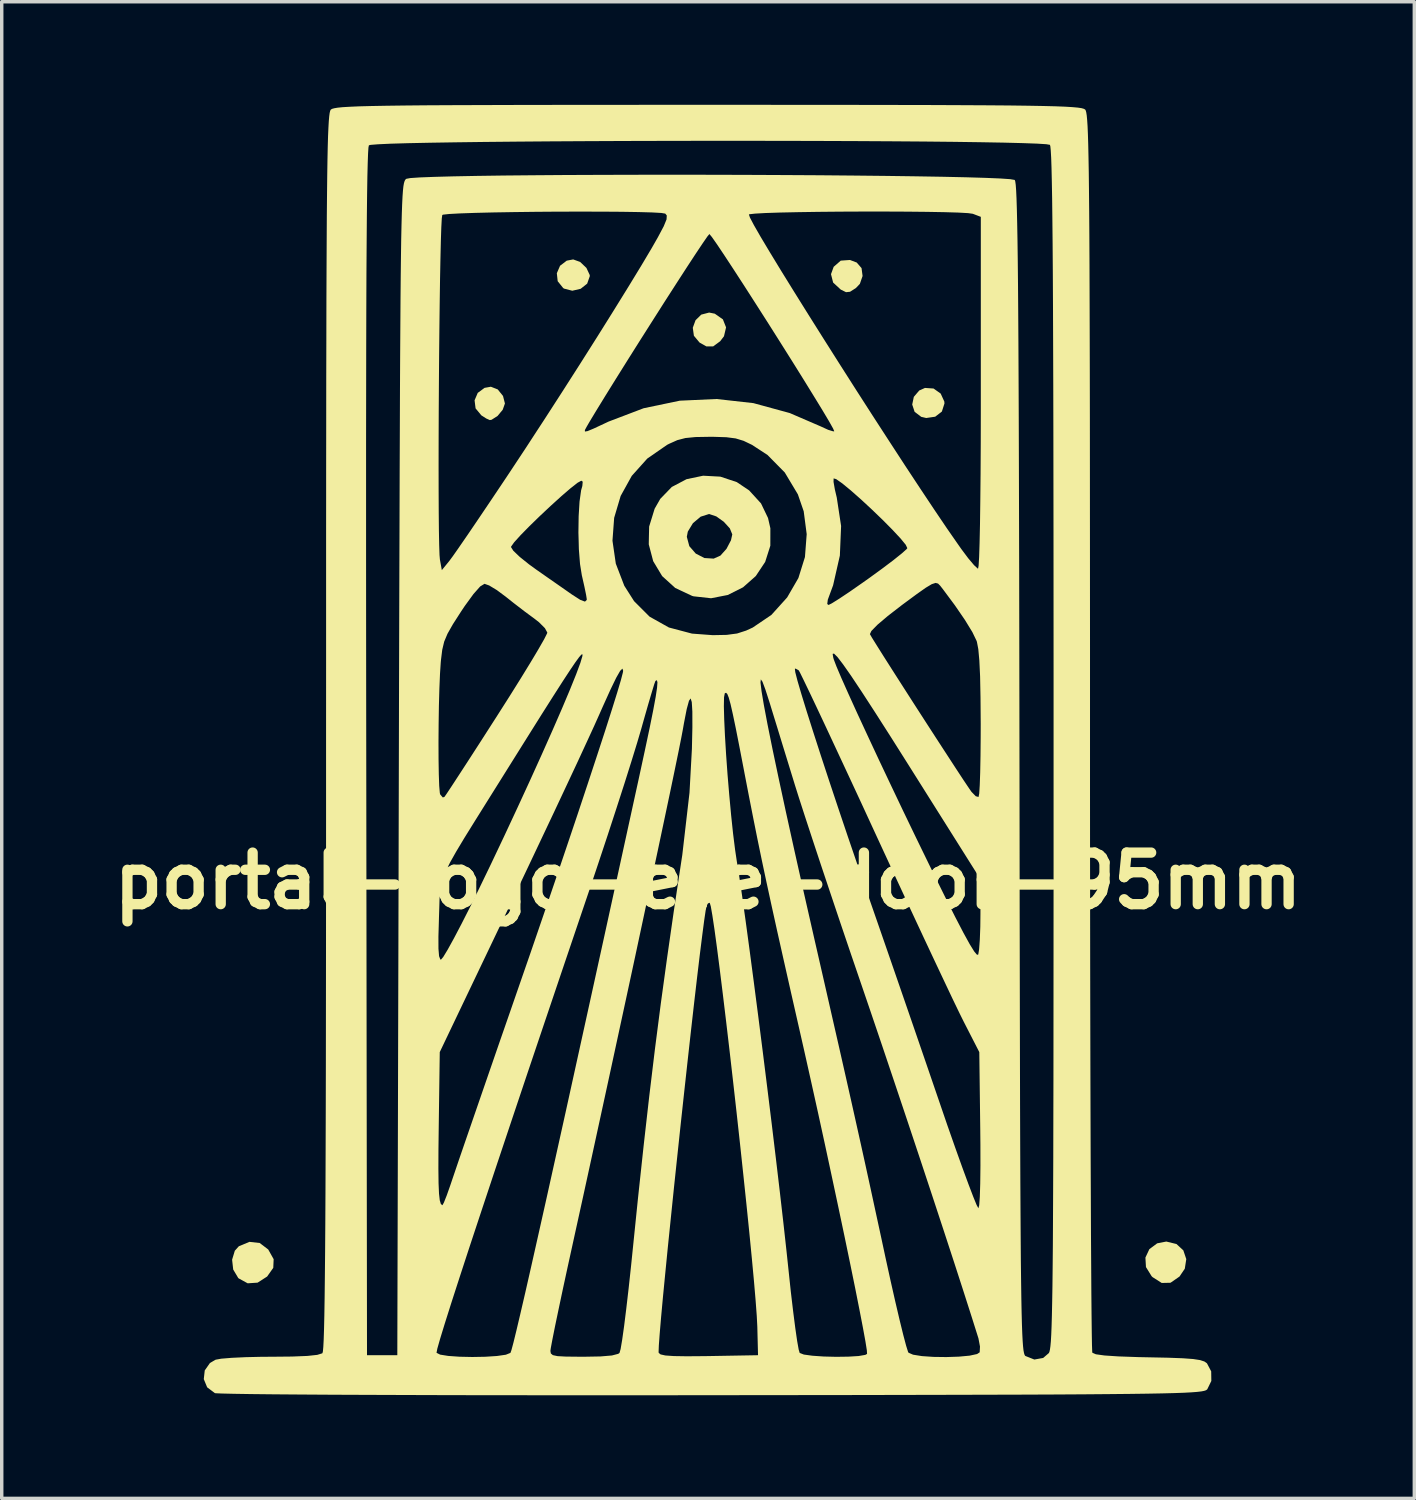
<source format=kicad_pcb>
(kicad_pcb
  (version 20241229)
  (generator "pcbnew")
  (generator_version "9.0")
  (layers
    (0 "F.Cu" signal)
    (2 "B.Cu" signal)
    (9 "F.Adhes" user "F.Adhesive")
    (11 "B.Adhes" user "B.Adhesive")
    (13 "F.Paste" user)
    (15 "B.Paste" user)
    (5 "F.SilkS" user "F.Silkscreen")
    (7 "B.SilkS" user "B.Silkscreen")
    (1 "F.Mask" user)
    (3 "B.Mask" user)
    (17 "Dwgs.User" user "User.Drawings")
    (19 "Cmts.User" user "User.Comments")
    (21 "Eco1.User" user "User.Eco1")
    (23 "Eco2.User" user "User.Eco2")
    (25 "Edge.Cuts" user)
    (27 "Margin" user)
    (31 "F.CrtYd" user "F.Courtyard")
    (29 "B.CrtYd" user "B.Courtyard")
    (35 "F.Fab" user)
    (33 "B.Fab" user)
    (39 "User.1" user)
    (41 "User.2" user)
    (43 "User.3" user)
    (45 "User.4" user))
  (footprint "portal-logo-eye-door-95mm"
    (layer "F.Cu")
    (at 17.55 22.578)
    (property "Reference" "portal-logo-eye-door-95mm" (at 0 0 0) (layer "F.SilkS") (effects (font (size 1.5 1.5) (thickness 0.3))))
    (attr board_only exclude_from_pos_files exclude_from_bom)
    (fp_poly (pts (xy 0.197 -16.501) (xy 0.433 -16.336) (xy 0.525 -16.103) (xy 0.464 -15.844) (xy 0.353 -15.699) (xy 0.149 -15.549) (xy -0.049 -15.55) (xy -0.245 -15.66) (xy -0.411 -15.859) (xy -0.443 -16.092) (xy -0.363 -16.311) (xy -0.197 -16.474) (xy 0.033 -16.534)) (stroke (width 0) (type solid)) (fill yes) (layer "F.SilkS"))
    (fp_poly (pts (xy 6.562 -14.324) (xy 6.769 -14.177) (xy 6.875 -13.946) (xy 6.879 -13.888) (xy 6.804 -13.654) (xy 6.61 -13.504) (xy 6.349 -13.466) (xy 6.203 -13.5) (xy 6.011 -13.646) (xy 5.941 -13.858) (xy 5.988 -14.082) (xy 6.145 -14.266) (xy 6.312 -14.341)) (stroke (width 0) (type solid)) (fill yes) (layer "F.SilkS"))
    (fp_poly (pts (xy -6.119 -14.298) (xy -5.965 -14.108) (xy -5.909 -13.889) (xy -5.973 -13.707) (xy -6.124 -13.525) (xy -6.297 -13.415) (xy -6.35 -13.406) (xy -6.451 -13.451) (xy -6.595 -13.543) (xy -6.763 -13.746) (xy -6.792 -13.981) (xy -6.7 -14.197) (xy -6.502 -14.343) (xy -6.318 -14.376)) (stroke (width 0) (type solid)) (fill yes) (layer "F.SilkS"))
    (fp_poly (pts (xy -3.721 -18.007) (xy -3.538 -17.833) (xy -3.442 -17.627) (xy -3.44 -17.592) (xy -3.516 -17.376) (xy -3.705 -17.226) (xy -3.949 -17.169) (xy -4.188 -17.231) (xy -4.214 -17.247) (xy -4.374 -17.446) (xy -4.399 -17.679) (xy -4.305 -17.896) (xy -4.111 -18.044) (xy -3.923 -18.08)) (stroke (width 0) (type solid)) (fill yes) (layer "F.SilkS"))
    (fp_poly (pts (xy 4.327 -17.989) (xy 4.467 -17.827) (xy 4.497 -17.598) (xy 4.418 -17.369) (xy 4.302 -17.247) (xy 4.132 -17.139) (xy 4.015 -17.127) (xy 3.863 -17.202) (xy 3.86 -17.204) (xy 3.64 -17.407) (xy 3.578 -17.651) (xy 3.656 -17.865) (xy 3.862 -18.045) (xy 4.13 -18.064)) (stroke (width 0) (type solid)) (fill yes) (layer "F.SilkS"))
    (fp_poly (pts (xy 13.629 10.567) (xy 13.829 10.751) (xy 13.915 11.006) (xy 13.872 11.285) (xy 13.718 11.513) (xy 13.457 11.694) (xy 13.2 11.7) (xy 12.935 11.531) (xy 12.907 11.504) (xy 12.742 11.238) (xy 12.726 10.961) (xy 12.841 10.716) (xy 13.068 10.547) (xy 13.334 10.495)) (stroke (width 0) (type solid)) (fill yes) (layer "F.SilkS"))
    (fp_poly (pts (xy -13.044 10.537) (xy -12.796 10.726) (xy -12.795 10.728) (xy -12.638 11.008) (xy -12.649 11.26) (xy -12.828 11.513) (xy -12.828 11.513) (xy -13.105 11.691) (xy -13.394 11.71) (xy -13.657 11.566) (xy -13.67 11.553) (xy -13.815 11.309) (xy -13.847 11.023) (xy -13.768 10.762) (xy -13.651 10.632) (xy -13.342 10.504)) (stroke (width 0) (type solid)) (fill yes) (layer "F.SilkS"))
    (fp_poly (pts (xy 0.358 -11.76) (xy 0.837 -11.601) (xy 1.196 -11.36) (xy 1.542 -10.981) (xy 1.746 -10.556) (xy 1.814 -10.258) (xy 1.813 -9.75) (xy 1.663 -9.279) (xy 1.39 -8.868) (xy 1.019 -8.54) (xy 0.576 -8.317) (xy 0.088 -8.222) (xy -0.419 -8.278) (xy -0.462 -8.29) (xy -0.954 -8.521) (xy -1.335 -8.867) (xy -1.595 -9.3) (xy -1.724 -9.79) (xy -1.72 -10.01) (xy -0.617 -10.01) (xy -0.544 -9.737) (xy -0.357 -9.522) (xy -0.105 -9.392) (xy 0.165 -9.375) (xy 0.36 -9.462) (xy 0.537 -9.659) (xy 0.668 -9.909) (xy 0.706 -10.08) (xy 0.634 -10.255) (xy 0.459 -10.447) (xy 0.241 -10.603) (xy 0.038 -10.671) (xy 0.028 -10.672) (xy -0.215 -10.595) (xy -0.439 -10.406) (xy -0.588 -10.161) (xy -0.617 -10.01) (xy -1.72 -10.01) (xy -1.713 -10.308) (xy -1.553 -10.827) (xy -1.389 -11.114) (xy -1.054 -11.46) (xy -0.625 -11.686) (xy -0.142 -11.787)) (stroke (width 0) (type solid)) (fill yes) (layer "F.SilkS"))
    (fp_poly (pts (xy 1.619 -22.578) (xy 3.07 -22.577) (xy 4.364 -22.576) (xy 5.508 -22.574) (xy 6.513 -22.572) (xy 7.386 -22.568) (xy 8.138 -22.564) (xy 8.778 -22.559) (xy 9.314 -22.552) (xy 9.755 -22.544) (xy 10.112 -22.535) (xy 10.392 -22.524) (xy 10.605 -22.511) (xy 10.761 -22.497) (xy 10.868 -22.481) (xy 10.935 -22.462) (xy 10.971 -22.442) (xy 10.974 -22.439) (xy 10.99 -22.411) (xy 11.005 -22.356) (xy 11.019 -22.267) (xy 11.031 -22.136) (xy 11.043 -21.957) (xy 11.053 -21.723) (xy 11.062 -21.427) (xy 11.07 -21.061) (xy 11.078 -20.619) (xy 11.084 -20.093) (xy 11.09 -19.477) (xy 11.095 -18.763) (xy 11.099 -17.944) (xy 11.102 -17.014) (xy 11.105 -15.965) (xy 11.108 -14.79) (xy 11.11 -13.482) (xy 11.111 -12.034) (xy 11.112 -10.439) (xy 11.113 -8.69) (xy 11.114 -6.78) (xy 11.114 -4.702) (xy 11.114 -4.337) (xy 11.114 -2.569) (xy 11.115 -0.848) (xy 11.117 0.819) (xy 11.119 2.422) (xy 11.122 3.954) (xy 11.125 5.406) (xy 11.129 6.77) (xy 11.133 8.037) (xy 11.138 9.199) (xy 11.142 10.248) (xy 11.148 11.175) (xy 11.153 11.973) (xy 11.159 12.632) (xy 11.165 13.144) (xy 11.171 13.502) (xy 11.178 13.696) (xy 11.182 13.73) (xy 11.284 13.775) (xy 11.535 13.81) (xy 11.943 13.837) (xy 12.515 13.857) (xy 12.809 13.863) (xy 13.387 13.875) (xy 13.814 13.891) (xy 14.115 13.913) (xy 14.316 13.944) (xy 14.442 13.985) (xy 14.516 14.037) (xy 14.64 14.272) (xy 14.644 14.551) (xy 14.527 14.791) (xy 14.516 14.802) (xy 14.487 14.822) (xy 14.436 14.839) (xy 14.355 14.855) (xy 14.236 14.869) (xy 14.07 14.882) (xy 13.85 14.894) (xy 13.567 14.904) (xy 13.214 14.913) (xy 12.782 14.921) (xy 12.265 14.928) (xy 11.653 14.934) (xy 10.938 14.94) (xy 10.113 14.945) (xy 9.17 14.949) (xy 8.1 14.952) (xy 6.896 14.955) (xy 5.549 14.958) (xy 4.052 14.961) (xy 2.396 14.963) (xy 0.574 14.965) (xy 0.107 14.966) (xy -1.551 14.967) (xy -3.146 14.968) (xy -4.67 14.967) (xy -6.115 14.966) (xy -7.471 14.964) (xy -8.732 14.96) (xy -9.887 14.956) (xy -10.928 14.952) (xy -11.848 14.946) (xy -12.637 14.94) (xy -13.288 14.933) (xy -13.791 14.925) (xy -14.139 14.917) (xy -14.322 14.909) (xy -14.348 14.905) (xy -14.573 14.736) (xy -14.671 14.498) (xy -14.643 14.245) (xy -14.491 14.028) (xy -14.327 13.933) (xy -14.162 13.903) (xy -13.857 13.878) (xy -13.449 13.859) (xy -12.975 13.848) (xy -12.712 13.847) (xy -12.102 13.841) (xy -11.657 13.823) (xy -11.369 13.792) (xy -11.227 13.748) (xy -11.218 13.741) (xy -11.205 13.69) (xy -11.193 13.559) (xy -11.182 13.344) (xy -11.172 13.038) (xy -11.163 12.636) (xy -11.155 12.133) (xy -11.148 11.522) (xy -11.141 10.797) (xy -11.135 9.954) (xy -11.13 8.987) (xy -11.126 7.889) (xy -11.122 6.656) (xy -11.119 5.281) (xy -11.117 3.76) (xy -11.115 2.085) (xy -11.114 0.252) (xy -11.113 -1.745) (xy -11.113 -3.911) (xy -11.113 -4.333) (xy -11.112 -6.44) (xy -11.112 -8.378) (xy -11.112 -10.153) (xy -11.111 -11.156) (xy -9.949 -11.156) (xy -9.949 -9.384) (xy -9.948 -7.449) (xy -9.946 -5.345) (xy -9.944 -3.739) (xy -9.922 13.802) (xy -9.481 13.802) (xy -9.04 13.802) (xy -9.04 13.73) (xy -7.899 13.73) (xy -7.899 13.732) (xy -7.795 13.785) (xy -7.558 13.823) (xy -7.231 13.846) (xy -6.858 13.854) (xy -6.48 13.847) (xy -6.141 13.825) (xy -5.883 13.788) (xy -5.75 13.735) (xy -5.748 13.733) (xy -5.728 13.677) (xy -4.586 13.677) (xy -4.573 13.751) (xy -4.515 13.8) (xy -4.38 13.829) (xy -4.138 13.842) (xy -3.758 13.846) (xy -3.627 13.847) (xy -3.13 13.838) (xy -2.796 13.81) (xy -2.612 13.762) (xy -2.575 13.735) (xy -2.566 13.703) (xy -1.438 13.703) (xy -1.435 13.734) (xy -1.38 13.779) (xy -1.241 13.81) (xy -0.995 13.827) (xy -0.622 13.833) (xy -0.099 13.829) (xy 0.032 13.827) (xy 1.455 13.802) (xy 1.434 12.965) (xy 1.418 12.656) (xy 1.385 12.212) (xy 1.337 11.649) (xy 1.275 10.985) (xy 1.202 10.237) (xy 1.119 9.423) (xy 1.028 8.558) (xy 0.932 7.662) (xy 0.832 6.751) (xy 0.73 5.843) (xy 0.628 4.954) (xy 0.528 4.103) (xy 0.432 3.306) (xy 0.342 2.581) (xy 0.26 1.945) (xy 0.188 1.415) (xy 0.127 1.009) (xy 0.081 0.744) (xy 0.049 0.637) (xy -0.013 0.662) (xy -0.039 0.715) (xy -0.068 0.858) (xy -0.112 1.155) (xy -0.169 1.592) (xy -0.239 2.149) (xy -0.318 2.811) (xy -0.405 3.56) (xy -0.498 4.38) (xy -0.595 5.252) (xy -0.695 6.162) (xy -0.796 7.09) (xy -0.895 8.021) (xy -0.992 8.937) (xy -1.083 9.822) (xy -1.169 10.658) (xy -1.245 11.429) (xy -1.312 12.117) (xy -1.366 12.705) (xy -1.406 13.177) (xy -1.431 13.516) (xy -1.438 13.703) (xy -2.566 13.703) (xy -2.543 13.622) (xy -2.498 13.356) (xy -2.442 12.959) (xy -2.379 12.453) (xy -2.31 11.86) (xy -2.239 11.203) (xy -2.207 10.891) (xy -2.036 9.219) (xy -1.871 7.687) (xy -1.709 6.259) (xy -1.545 4.9) (xy -1.374 3.573) (xy -1.191 2.242) (xy -0.994 0.871) (xy -0.776 -0.574) (xy -0.749 -0.75) (xy -0.539 -2.564) (xy -0.469 -3.836) (xy -0.455 -4.467) (xy -0.456 -4.922) (xy -0.465 -5.08) (xy 0.461 -5.08) (xy 0.471 -4.696) (xy 0.493 -4.219) (xy 0.526 -3.675) (xy 0.568 -3.091) (xy 0.618 -2.495) (xy 0.672 -1.913) (xy 0.729 -1.373) (xy 0.788 -0.902) (xy 0.837 -0.573) (xy 0.908 -0.13) (xy 0.996 0.466) (xy 1.098 1.193) (xy 1.211 2.029) (xy 1.333 2.951) (xy 1.461 3.937) (xy 1.592 4.966) (xy 1.723 6.014) (xy 1.852 7.06) (xy 1.975 8.082) (xy 2.09 9.057) (xy 2.194 9.963) (xy 2.284 10.778) (xy 2.343 11.333) (xy 2.409 11.954) (xy 2.476 12.52) (xy 2.538 13.005) (xy 2.593 13.387) (xy 2.638 13.639) (xy 2.667 13.736) (xy 2.788 13.783) (xy 3.035 13.817) (xy 3.364 13.84) (xy 3.729 13.849) (xy 4.083 13.844) (xy 4.381 13.826) (xy 4.577 13.792) (xy 4.627 13.764) (xy 4.621 13.66) (xy 4.58 13.401) (xy 4.507 13.002) (xy 4.406 12.479) (xy 4.281 11.849) (xy 4.134 11.129) (xy 3.969 10.333) (xy 3.789 9.48) (xy 3.598 8.584) (xy 3.4 7.662) (xy 3.197 6.731) (xy 2.992 5.806) (xy 2.79 4.904) (xy 2.678 4.41) (xy 2.422 3.283) (xy 2.201 2.303) (xy 2.009 1.447) (xy 1.842 0.689) (xy 1.694 0.007) (xy 1.56 -0.625) (xy 1.435 -1.231) (xy 1.314 -1.835) (xy 1.191 -2.461) (xy 1.061 -3.134) (xy 1.056 -3.162) (xy 0.919 -3.873) (xy 0.81 -4.428) (xy 0.723 -4.844) (xy 0.656 -5.14) (xy 0.603 -5.331) (xy 0.561 -5.436) (xy 0.524 -5.472) (xy 0.489 -5.457) (xy 0.488 -5.456) (xy 0.466 -5.342) (xy 0.461 -5.08) (xy -0.465 -5.08) (xy -0.473 -5.202) (xy -0.506 -5.307) (xy -0.554 -5.239) (xy -0.62 -4.997) (xy -0.701 -4.582) (xy -0.731 -4.41) (xy -0.776 -4.172) (xy -0.855 -3.776) (xy -0.966 -3.237) (xy -1.105 -2.569) (xy -1.27 -1.787) (xy -1.457 -0.904) (xy -1.663 0.064) (xy -1.885 1.103) (xy -2.119 2.199) (xy -2.364 3.337) (xy -2.616 4.502) (xy -2.871 5.682) (xy -3.127 6.859) (xy -3.38 8.022) (xy -3.627 9.154) (xy -3.866 10.241) (xy -3.928 10.524) (xy -4.083 11.23) (xy -4.225 11.886) (xy -4.349 12.472) (xy -4.452 12.965) (xy -4.528 13.345) (xy -4.574 13.591) (xy -4.586 13.677) (xy -5.728 13.677) (xy -5.719 13.651) (xy -5.662 13.439) (xy -5.578 13.096) (xy -5.465 12.618) (xy -5.322 12.002) (xy -5.15 11.245) (xy -4.947 10.343) (xy -4.712 9.295) (xy -4.446 8.096) (xy -4.146 6.744) (xy -3.814 5.235) (xy -3.447 3.567) (xy -3.045 1.736) (xy -2.608 -0.26) (xy -2.135 -2.425) (xy -2.021 -2.945) (xy -1.842 -3.773) (xy -1.7 -4.441) (xy -1.595 -4.963) (xy -1.523 -5.351) (xy -1.483 -5.618) (xy -1.472 -5.769) (xy 1.527 -5.769) (xy 1.557 -5.519) (xy 1.625 -5.114) (xy 1.73 -4.558) (xy 1.872 -3.854) (xy 2.05 -3.007) (xy 2.263 -2.019) (xy 2.511 -0.893) (xy 2.793 0.366) (xy 3.109 1.756) (xy 3.131 1.852) (xy 3.395 3.006) (xy 3.624 4.012) (xy 3.825 4.893) (xy 4.002 5.675) (xy 4.161 6.381) (xy 4.307 7.034) (xy 4.446 7.659) (xy 4.583 8.28) (xy 4.723 8.921) (xy 4.871 9.605) (xy 5.034 10.357) (xy 5.166 10.972) (xy 5.311 11.634) (xy 5.449 12.243) (xy 5.574 12.777) (xy 5.681 13.213) (xy 5.765 13.529) (xy 5.82 13.704) (xy 5.833 13.729) (xy 5.966 13.787) (xy 6.223 13.828) (xy 6.56 13.851) (xy 6.933 13.856) (xy 7.298 13.844) (xy 7.611 13.815) (xy 7.828 13.768) (xy 7.904 13.718) (xy 7.913 13.55) (xy 7.869 13.316) (xy 7.864 13.299) (xy 7.678 12.709) (xy 7.443 11.975) (xy 7.167 11.122) (xy 6.857 10.174) (xy 6.521 9.153) (xy 6.167 8.084) (xy 5.803 6.991) (xy 5.436 5.896) (xy 5.076 4.825) (xy 4.728 3.799) (xy 4.455 2.999) (xy 4.152 2.112) (xy 3.85 1.221) (xy 3.558 0.351) (xy 3.282 -0.473) (xy 3.033 -1.226) (xy 2.817 -1.885) (xy 2.643 -2.423) (xy 2.531 -2.778) (xy 2.356 -3.348) (xy 2.179 -3.923) (xy 2.015 -4.459) (xy 1.877 -4.907) (xy 1.8 -5.159) (xy 1.671 -5.561) (xy 1.584 -5.794) (xy 1.536 -5.862) (xy 1.527 -5.769) (xy -1.472 -5.769) (xy -1.472 -5.776) (xy -1.488 -5.838) (xy -1.529 -5.816) (xy -1.531 -5.813) (xy -1.565 -5.72) (xy -1.636 -5.487) (xy -1.738 -5.142) (xy -1.86 -4.715) (xy -1.946 -4.41) (xy -2.062 -4.017) (xy -2.226 -3.484) (xy -2.429 -2.84) (xy -2.664 -2.112) (xy -2.92 -1.328) (xy -3.19 -0.515) (xy -3.463 0.3) (xy -3.511 0.441) (xy -4.138 2.292) (xy -4.721 4.017) (xy -5.259 5.613) (xy -5.75 7.077) (xy -6.194 8.405) (xy -6.589 9.593) (xy -6.935 10.639) (xy -7.229 11.539) (xy -7.472 12.29) (xy -7.661 12.888) (xy -7.796 13.329) (xy -7.876 13.611) (xy -7.899 13.73) (xy -9.04 13.73) (xy -9.026 8.374) (xy -7.845 8.374) (xy -7.84 8.799) (xy -7.827 9.1) (xy -7.805 9.295) (xy -7.774 9.401) (xy -7.732 9.437) (xy -7.727 9.437) (xy -7.684 9.359) (xy -7.602 9.152) (xy -7.496 8.852) (xy -7.448 8.709) (xy -7.374 8.491) (xy -7.249 8.123) (xy -7.078 7.625) (xy -6.867 7.013) (xy -6.623 6.306) (xy -6.352 5.521) (xy -6.06 4.676) (xy -5.752 3.79) (xy -5.539 3.175) (xy -5.168 2.105) (xy -4.804 1.044) (xy -4.45 0.006) (xy -4.111 -0.996) (xy -3.791 -1.947) (xy -3.496 -2.835) (xy -3.229 -3.645) (xy -2.994 -4.365) (xy -2.798 -4.979) (xy -2.643 -5.476) (xy -2.535 -5.84) (xy -2.478 -6.059) (xy -2.469 -6.111) (xy -2.488 -6.168) (xy 2.527 -6.168) (xy 2.539 -6.069) (xy 2.603 -5.82) (xy 2.715 -5.438) (xy 2.868 -4.94) (xy 3.058 -4.341) (xy 3.278 -3.66) (xy 3.524 -2.911) (xy 3.79 -2.113) (xy 4.07 -1.282) (xy 4.36 -0.434) (xy 4.634 0.355) (xy 4.929 1.204) (xy 5.263 2.168) (xy 5.619 3.198) (xy 5.979 4.242) (xy 6.325 5.249) (xy 6.64 6.168) (xy 6.725 6.416) (xy 6.966 7.119) (xy 7.193 7.765) (xy 7.398 8.338) (xy 7.575 8.819) (xy 7.716 9.189) (xy 7.815 9.431) (xy 7.865 9.524) (xy 7.867 9.525) (xy 7.89 9.44) (xy 7.908 9.195) (xy 7.92 8.808) (xy 7.926 8.296) (xy 7.925 7.675) (xy 7.921 7.254) (xy 7.893 4.983) (xy 7.441 4.101) (xy 7.319 3.855) (xy 7.132 3.468) (xy 6.889 2.955) (xy 6.597 2.336) (xy 6.265 1.629) (xy 5.902 0.851) (xy 5.515 0.02) (xy 5.114 -0.846) (xy 4.853 -1.411) (xy 4.462 -2.259) (xy 4.09 -3.06) (xy 3.746 -3.798) (xy 3.437 -4.461) (xy 3.168 -5.033) (xy 2.947 -5.499) (xy 2.78 -5.846) (xy 2.675 -6.059) (xy 2.639 -6.124) (xy 2.546 -6.176) (xy 2.527 -6.168) (xy -2.488 -6.168) (xy -2.49 -6.175) (xy -2.556 -6.11) (xy -2.672 -5.907) (xy -2.84 -5.56) (xy -3.067 -5.058) (xy -3.17 -4.825) (xy -3.313 -4.506) (xy -3.523 -4.049) (xy -3.789 -3.473) (xy -4.104 -2.8) (xy -4.456 -2.05) (xy -4.837 -1.244) (xy -5.236 -0.401) (xy -5.644 0.457) (xy -5.754 0.687) (xy -7.805 4.983) (xy -7.834 7.084) (xy -7.843 7.809) (xy -7.845 8.374) (xy -9.026 8.374) (xy -9.008 1.62) (xy -7.844 1.62) (xy -7.843 1.975) (xy -7.825 2.191) (xy -7.79 2.285) (xy -7.77 2.293) (xy -7.705 2.217) (xy -7.575 2.003) (xy -7.393 1.673) (xy -7.17 1.248) (xy -6.917 0.749) (xy -6.711 0.331) (xy -6.318 -0.482) (xy -5.928 -1.305) (xy -5.547 -2.122) (xy -5.181 -2.917) (xy -4.838 -3.675) (xy -4.525 -4.379) (xy -4.249 -5.013) (xy -4.017 -5.563) (xy -3.836 -6.012) (xy -3.713 -6.344) (xy -3.654 -6.543) (xy -3.654 -6.594) (xy -3.685 -6.582) (xy -3.751 -6.507) (xy -3.858 -6.36) (xy -4.015 -6.129) (xy -4.227 -5.805) (xy -4.502 -5.376) (xy -4.847 -4.832) (xy -5.267 -4.163) (xy -5.771 -3.358) (xy -5.968 -3.043) (xy -6.424 -2.315) (xy -6.796 -1.72) (xy -7.095 -1.238) (xy -7.327 -0.851) (xy -7.503 -0.539) (xy -7.629 -0.285) (xy -7.714 -0.069) (xy -7.768 0.127) (xy -7.797 0.323) (xy -7.812 0.536) (xy -7.819 0.786) (xy -7.829 1.092) (xy -7.829 1.108) (xy -7.844 1.62) (xy -9.008 1.62) (xy -8.996 -3.248) (xy -8.994 -4.033) (xy -7.842 -4.033) (xy -7.84 -3.534) (xy -7.833 -3.099) (xy -7.821 -2.762) (xy -7.803 -2.555) (xy -7.793 -2.515) (xy -7.717 -2.426) (xy -7.67 -2.441) (xy -7.607 -2.531) (xy -7.461 -2.751) (xy -7.245 -3.082) (xy -6.97 -3.505) (xy -6.649 -4.002) (xy -6.294 -4.555) (xy -6.138 -4.798) (xy -5.774 -5.37) (xy -5.443 -5.899) (xy -5.157 -6.366) (xy -5.015 -6.603) (xy 3.626 -6.603) (xy 3.644 -6.493) (xy 3.66 -6.439) (xy 3.737 -6.237) (xy 3.882 -5.896) (xy 4.087 -5.436) (xy 4.342 -4.875) (xy 4.639 -4.234) (xy 4.967 -3.531) (xy 5.319 -2.787) (xy 5.684 -2.02) (xy 6.055 -1.25) (xy 6.422 -0.496) (xy 6.506 -0.324) (xy 6.882 0.436) (xy 7.188 1.044) (xy 7.431 1.511) (xy 7.615 1.845) (xy 7.745 2.055) (xy 7.826 2.151) (xy 7.862 2.146) (xy 7.887 1.996) (xy 7.908 1.712) (xy 7.922 1.337) (xy 7.926 0.97) (xy 7.928 -0.044) (xy 5.877 -3.302) (xy 5.323 -4.179) (xy 4.855 -4.911) (xy 4.47 -5.504) (xy 4.163 -5.965) (xy 3.929 -6.299) (xy 3.765 -6.513) (xy 3.665 -6.612) (xy 3.626 -6.603) (xy -5.015 -6.603) (xy -4.928 -6.75) (xy -4.766 -7.033) (xy -4.684 -7.196) (xy -4.676 -7.223) (xy -4.745 -7.351) (xy -4.918 -7.524) (xy -5.051 -7.628) (xy -5.328 -7.832) (xy -5.657 -8.085) (xy -5.886 -8.267) (xy -6.144 -8.459) (xy -6.368 -8.594) (xy -6.503 -8.642) (xy -6.629 -8.565) (xy -6.824 -8.345) (xy -7.078 -7.996) (xy -7.187 -7.833) (xy -7.424 -7.464) (xy -7.58 -7.189) (xy -7.677 -6.958) (xy -7.733 -6.722) (xy -7.769 -6.431) (xy -7.776 -6.358) (xy -7.798 -6.025) (xy -7.816 -5.593) (xy -7.83 -5.095) (xy -7.838 -4.565) (xy -7.842 -4.033) (xy -8.994 -4.033) (xy -8.991 -5.286) (xy -8.986 -7.154) (xy -8.981 -8.861) (xy -8.976 -10.413) (xy -8.972 -11.819) (xy -8.971 -12.071) (xy -7.839 -12.071) (xy -7.838 -11.364) (xy -7.835 -10.731) (xy -7.83 -10.194) (xy -7.822 -9.77) (xy -7.812 -9.479) (xy -7.801 -9.349) (xy -7.745 -9.04) (xy -7.529 -9.305) (xy -7.427 -9.443) (xy -7.241 -9.708) (xy -7.239 -9.712) (xy -5.733 -9.712) (xy -5.664 -9.603) (xy -5.479 -9.426) (xy -5.209 -9.209) (xy -5.005 -9.061) (xy -4.655 -8.816) (xy -4.323 -8.585) (xy -4.06 -8.401) (xy -3.969 -8.337) (xy -3.719 -8.176) (xy -3.58 -8.124) (xy -3.529 -8.172) (xy -3.528 -8.197) (xy -3.547 -8.319) (xy -3.597 -8.561) (xy -3.667 -8.871) (xy -3.67 -8.88) (xy -3.724 -9.217) (xy -3.758 -9.65) (xy -3.764 -9.896) (xy -2.78 -9.896) (xy -2.683 -9.229) (xy -2.436 -8.585) (xy -2.151 -8.137) (xy -1.7 -7.686) (xy -1.138 -7.371) (xy -0.466 -7.193) (xy 0.137 -7.148) (xy 0.544 -7.156) (xy 0.706 -7.178) (xy 4.71 -7.178) (xy 4.766 -7.08) (xy 4.905 -6.857) (xy 5.11 -6.531) (xy 5.369 -6.124) (xy 5.666 -5.66) (xy 5.986 -5.161) (xy 6.316 -4.649) (xy 6.641 -4.147) (xy 6.946 -3.678) (xy 7.216 -3.263) (xy 7.438 -2.925) (xy 7.597 -2.688) (xy 7.666 -2.589) (xy 7.79 -2.462) (xy 7.871 -2.44) (xy 7.89 -2.535) (xy 7.906 -2.783) (xy 7.919 -3.157) (xy 7.928 -3.632) (xy 7.933 -4.185) (xy 7.934 -4.569) (xy 7.928 -5.341) (xy 7.916 -5.951) (xy 7.894 -6.413) (xy 7.864 -6.741) (xy 7.824 -6.951) (xy 7.814 -6.982) (xy 7.691 -7.237) (xy 7.473 -7.593) (xy 7.182 -8.017) (xy 6.841 -8.476) (xy 6.753 -8.589) (xy 6.693 -8.649) (xy 6.621 -8.668) (xy 6.51 -8.632) (xy 6.336 -8.528) (xy 6.075 -8.344) (xy 5.701 -8.068) (xy 5.643 -8.025) (xy 5.231 -7.706) (xy 4.93 -7.451) (xy 4.753 -7.27) (xy 4.71 -7.178) (xy 0.706 -7.178) (xy 0.845 -7.196) (xy 1.109 -7.281) (xy 1.3 -7.369) (xy 1.843 -7.736) (xy 2.13 -8.054) (xy 3.469 -8.054) (xy 3.506 -8.026) (xy 3.604 -8.075) (xy 3.818 -8.209) (xy 4.121 -8.411) (xy 4.484 -8.664) (xy 4.678 -8.801) (xy 5.059 -9.078) (xy 5.387 -9.325) (xy 5.634 -9.523) (xy 5.776 -9.649) (xy 5.799 -9.679) (xy 5.753 -9.777) (xy 5.601 -9.962) (xy 5.369 -10.211) (xy 5.083 -10.5) (xy 4.767 -10.804) (xy 4.449 -11.099) (xy 4.152 -11.361) (xy 3.904 -11.565) (xy 3.728 -11.688) (xy 3.654 -11.709) (xy 3.652 -11.608) (xy 3.69 -11.389) (xy 3.746 -11.151) (xy 3.872 -10.324) (xy 3.836 -9.463) (xy 3.639 -8.598) (xy 3.485 -8.18) (xy 3.469 -8.054) (xy 2.13 -8.054) (xy 2.302 -8.245) (xy 2.629 -8.809) (xy 2.82 -9.421) (xy 2.871 -10.087) (xy 2.784 -10.752) (xy 2.614 -11.245) (xy 2.233 -11.881) (xy 1.731 -12.39) (xy 1.279 -12.685) (xy 1.035 -12.802) (xy 0.805 -12.872) (xy 0.532 -12.907) (xy 0.155 -12.919) (xy 0.044 -12.919) (xy -0.366 -12.912) (xy -0.658 -12.883) (xy -0.893 -12.822) (xy -1.128 -12.717) (xy -1.191 -12.685) (xy -1.767 -12.286) (xy -2.219 -11.782) (xy -2.542 -11.198) (xy -2.731 -10.561) (xy -2.78 -9.896) (xy -3.764 -9.896) (xy -3.771 -10.13) (xy -3.764 -10.608) (xy -3.738 -11.036) (xy -3.692 -11.364) (xy -3.657 -11.487) (xy -3.646 -11.614) (xy -3.686 -11.642) (xy -3.794 -11.583) (xy -3.996 -11.425) (xy -4.265 -11.193) (xy -4.573 -10.914) (xy -4.893 -10.614) (xy -5.196 -10.319) (xy -5.455 -10.055) (xy -5.642 -9.848) (xy -5.729 -9.725) (xy -5.733 -9.712) (xy -7.239 -9.712) (xy -6.986 -10.079) (xy -6.676 -10.536) (xy -6.324 -11.058) (xy -5.944 -11.625) (xy -5.786 -11.862) (xy -5.293 -12.608) (xy -4.963 -13.115) (xy -3.583 -13.115) (xy -3.581 -13.072) (xy -3.505 -13.085) (xy -3.327 -13.159) (xy -3.023 -13.301) (xy -2.898 -13.36) (xy -1.874 -13.75) (xy -0.821 -13.97) (xy 0.249 -14.019) (xy 1.32 -13.899) (xy 2.379 -13.61) (xy 3.276 -13.223) (xy 3.497 -13.122) (xy 3.645 -13.077) (xy 3.673 -13.081) (xy 3.638 -13.162) (xy 3.52 -13.372) (xy 3.33 -13.691) (xy 3.081 -14.098) (xy 2.787 -14.575) (xy 2.459 -15.101) (xy 2.109 -15.657) (xy 1.751 -16.223) (xy 1.396 -16.779) (xy 1.057 -17.307) (xy 0.747 -17.785) (xy 0.478 -18.195) (xy 0.263 -18.517) (xy 0.113 -18.731) (xy 0.042 -18.817) (xy 0.04 -18.818) (xy -0.018 -18.748) (xy -0.156 -18.548) (xy -0.363 -18.238) (xy -0.626 -17.836) (xy -0.932 -17.363) (xy -1.269 -16.839) (xy -1.624 -16.281) (xy -1.986 -15.711) (xy -2.341 -15.148) (xy -2.677 -14.611) (xy -2.982 -14.12) (xy -3.243 -13.695) (xy -3.448 -13.355) (xy -3.534 -13.207) (xy -3.583 -13.115) (xy -4.963 -13.115) (xy -4.775 -13.402) (xy -4.247 -14.22) (xy -3.722 -15.041) (xy -3.214 -15.843) (xy -2.738 -16.604) (xy -2.306 -17.302) (xy -1.933 -17.914) (xy -1.633 -18.419) (xy -1.457 -18.728) (xy -1.289 -19.044) (xy -1.207 -19.244) (xy -1.2 -19.359) (xy -1.223 -19.387) (xy 1.19 -19.387) (xy 1.219 -19.299) (xy 1.336 -19.077) (xy 1.531 -18.737) (xy 1.796 -18.294) (xy 2.119 -17.763) (xy 2.494 -17.157) (xy 2.909 -16.492) (xy 3.356 -15.782) (xy 3.825 -15.042) (xy 4.307 -14.286) (xy 4.793 -13.53) (xy 5.274 -12.788) (xy 5.739 -12.074) (xy 6.181 -11.404) (xy 6.589 -10.791) (xy 6.954 -10.251) (xy 7.268 -9.799) (xy 7.371 -9.652) (xy 7.571 -9.385) (xy 7.739 -9.186) (xy 7.844 -9.088) (xy 7.857 -9.084) (xy 7.873 -9.17) (xy 7.888 -9.421) (xy 7.901 -9.826) (xy 7.913 -10.371) (xy 7.922 -11.047) (xy 7.93 -11.841) (xy 7.935 -12.742) (xy 7.937 -13.739) (xy 7.937 -14.201) (xy 7.937 -19.319) (xy 7.703 -19.408) (xy 7.567 -19.427) (xy 7.283 -19.443) (xy 6.876 -19.455) (xy 6.37 -19.464) (xy 5.79 -19.47) (xy 5.159 -19.473) (xy 4.502 -19.473) (xy 3.843 -19.47) (xy 3.206 -19.464) (xy 2.616 -19.455) (xy 2.097 -19.444) (xy 1.673 -19.43) (xy 1.369 -19.413) (xy 1.208 -19.395) (xy 1.19 -19.387) (xy -1.223 -19.387) (xy -1.244 -19.413) (xy -1.359 -19.432) (xy -1.625 -19.447) (xy -2.017 -19.458) (xy -2.511 -19.466) (xy -3.083 -19.47) (xy -3.708 -19.471) (xy -4.361 -19.47) (xy -5.02 -19.465) (xy -5.659 -19.457) (xy -6.253 -19.447) (xy -6.78 -19.434) (xy -7.213 -19.419) (xy -7.53 -19.402) (xy -7.706 -19.383) (xy -7.732 -19.373) (xy -7.746 -19.274) (xy -7.76 -19.017) (xy -7.773 -18.623) (xy -7.785 -18.111) (xy -7.797 -17.499) (xy -7.807 -16.808) (xy -7.816 -16.056) (xy -7.824 -15.264) (xy -7.83 -14.45) (xy -7.835 -13.633) (xy -7.838 -12.834) (xy -7.839 -12.071) (xy -8.971 -12.071) (xy -8.967 -13.085) (xy -8.963 -14.219) (xy -8.958 -15.228) (xy -8.952 -16.12) (xy -8.947 -16.902) (xy -8.941 -17.581) (xy -8.934 -18.165) (xy -8.927 -18.661) (xy -8.918 -19.077) (xy -8.909 -19.419) (xy -8.899 -19.696) (xy -8.888 -19.914) (xy -8.876 -20.082) (xy -8.863 -20.206) (xy -8.848 -20.293) (xy -8.831 -20.352) (xy -8.814 -20.39) (xy -8.794 -20.413) (xy -8.779 -20.425) (xy -8.663 -20.447) (xy -8.386 -20.466) (xy -7.962 -20.482) (xy -7.407 -20.497) (xy -6.734 -20.51) (xy -5.959 -20.521) (xy -5.095 -20.529) (xy -4.158 -20.536) (xy -3.162 -20.54) (xy -2.122 -20.543) (xy -1.051 -20.544) (xy 0.034 -20.543) (xy 1.119 -20.54) (xy 2.191 -20.535) (xy 3.234 -20.529) (xy 4.234 -20.52) (xy 5.176 -20.51) (xy 6.045 -20.498) (xy 6.827 -20.485) (xy 7.508 -20.47) (xy 8.072 -20.453) (xy 8.506 -20.435) (xy 8.794 -20.415) (xy 8.921 -20.393) (xy 8.925 -20.391) (xy 8.939 -20.349) (xy 8.953 -20.248) (xy 8.965 -20.083) (xy 8.976 -19.846) (xy 8.986 -19.531) (xy 8.995 -19.131) (xy 9.004 -18.639) (xy 9.012 -18.05) (xy 9.019 -17.356) (xy 9.025 -16.552) (xy 9.031 -15.63) (xy 9.036 -14.583) (xy 9.041 -13.407) (xy 9.045 -12.092) (xy 9.049 -10.635) (xy 9.053 -9.027) (xy 9.056 -7.262) (xy 9.059 -5.333) (xy 9.062 -3.281) (xy 9.065 -1.241) (xy 9.067 0.63) (xy 9.07 2.339) (xy 9.073 3.893) (xy 9.076 5.301) (xy 9.079 6.568) (xy 9.083 7.703) (xy 9.087 8.714) (xy 9.092 9.606) (xy 9.097 10.388) (xy 9.102 11.066) (xy 9.109 11.649) (xy 9.116 12.144) (xy 9.124 12.557) (xy 9.133 12.896) (xy 9.143 13.169) (xy 9.154 13.383) (xy 9.166 13.544) (xy 9.179 13.662) (xy 9.194 13.741) (xy 9.21 13.791) (xy 9.227 13.819) (xy 9.233 13.824) (xy 9.494 13.928) (xy 9.751 13.882) (xy 9.917 13.739) (xy 9.933 13.703) (xy 9.948 13.639) (xy 9.962 13.539) (xy 9.975 13.397) (xy 9.986 13.206) (xy 9.996 12.957) (xy 10.005 12.645) (xy 10.013 12.261) (xy 10.021 11.8) (xy 10.027 11.252) (xy 10.033 10.612) (xy 10.037 9.872) (xy 10.041 9.026) (xy 10.045 8.065) (xy 10.047 6.982) (xy 10.05 5.771) (xy 10.051 4.425) (xy 10.052 2.935) (xy 10.053 1.296) (xy 10.054 -0.501) (xy 10.054 -2.462) (xy 10.054 -3.883) (xy 10.054 -6.047) (xy 10.053 -8.04) (xy 10.052 -9.869) (xy 10.05 -11.539) (xy 10.048 -13.055) (xy 10.045 -14.423) (xy 10.041 -15.65) (xy 10.037 -16.74) (xy 10.032 -17.7) (xy 10.026 -18.535) (xy 10.019 -19.251) (xy 10.012 -19.854) (xy 10.003 -20.349) (xy 9.994 -20.743) (xy 9.984 -21.041) (xy 9.972 -21.248) (xy 9.96 -21.371) (xy 9.948 -21.414) (xy 9.843 -21.432) (xy 9.576 -21.449) (xy 9.159 -21.464) (xy 8.608 -21.478) (xy 7.936 -21.49) (xy 7.156 -21.501) (xy 6.283 -21.51) (xy 5.329 -21.517) (xy 4.309 -21.523) (xy 3.237 -21.527) (xy 2.126 -21.53) (xy 0.989 -21.531) (xy -0.158 -21.531) (xy -1.304 -21.529) (xy -2.433 -21.526) (xy -3.532 -21.521) (xy -4.588 -21.515) (xy -5.586 -21.507) (xy -6.514 -21.498) (xy -7.356 -21.487) (xy -8.1 -21.475) (xy -8.732 -21.462) (xy -9.238 -21.447) (xy -9.604 -21.43) (xy -9.817 -21.413) (xy -9.867 -21.4) (xy -9.88 -21.334) (xy -9.891 -21.165) (xy -9.901 -20.888) (xy -9.911 -20.498) (xy -9.919 -19.991) (xy -9.926 -19.362) (xy -9.932 -18.607) (xy -9.938 -17.72) (xy -9.942 -16.698) (xy -9.945 -15.535) (xy -9.947 -14.226) (xy -9.949 -12.768) (xy -9.949 -11.156) (xy -11.111 -11.156) (xy -11.111 -11.774) (xy -11.109 -13.246) (xy -11.108 -14.577) (xy -11.105 -15.774) (xy -11.103 -16.844) (xy -11.099 -17.794) (xy -11.095 -18.631) (xy -11.091 -19.362) (xy -11.085 -19.995) (xy -11.079 -20.535) (xy -11.072 -20.991) (xy -11.064 -21.369) (xy -11.055 -21.677) (xy -11.044 -21.921) (xy -11.033 -22.109) (xy -11.021 -22.247) (xy -11.008 -22.343) (xy -10.993 -22.404) (xy -10.977 -22.436) (xy -10.974 -22.439) (xy -10.94 -22.46) (xy -10.877 -22.478) (xy -10.776 -22.495) (xy -10.627 -22.51) (xy -10.421 -22.522) (xy -10.149 -22.534) (xy -9.802 -22.543) (xy -9.371 -22.551) (xy -8.847 -22.558) (xy -8.221 -22.564) (xy -7.483 -22.568) (xy -6.624 -22.571) (xy -5.636 -22.574) (xy -4.508 -22.576) (xy -3.233 -22.577) (xy -1.801 -22.578) (xy -0.203 -22.578) (xy -0.000001 -22.578)) (stroke (width 0) (type solid)) (fill yes) (layer "F.SilkS")))
  (gr_rect
    (start -3 -3)
    (end 38.1 40.546)
    (stroke (width 0.1) (type default))
    (fill no)
    (layer "Edge.Cuts")))
</source>
